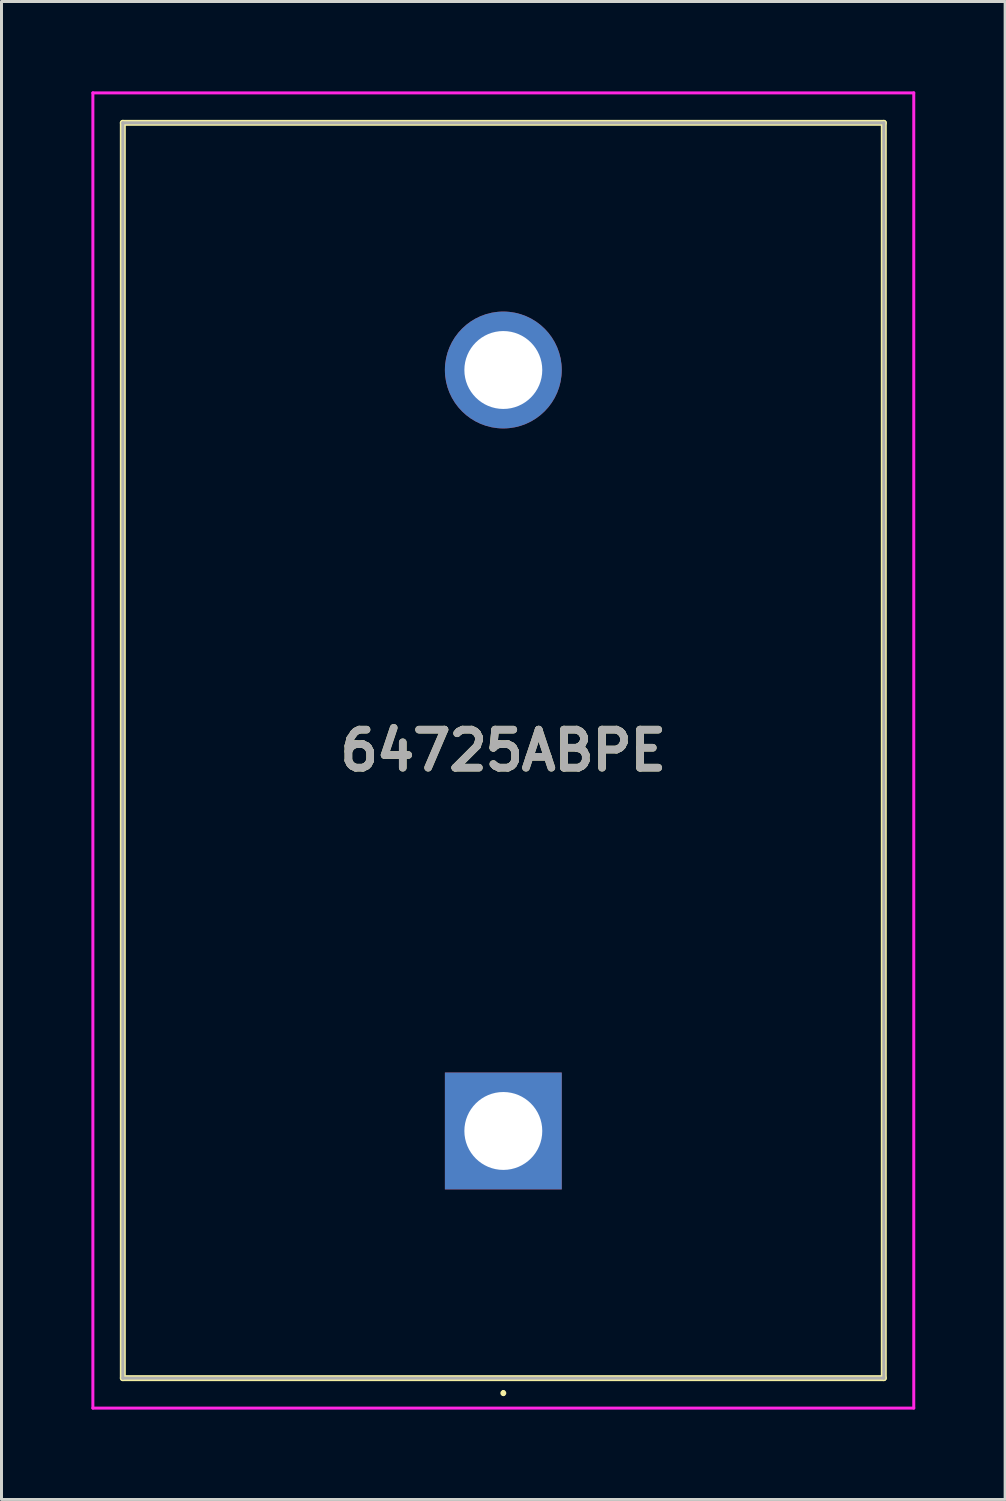
<source format=kicad_pcb>
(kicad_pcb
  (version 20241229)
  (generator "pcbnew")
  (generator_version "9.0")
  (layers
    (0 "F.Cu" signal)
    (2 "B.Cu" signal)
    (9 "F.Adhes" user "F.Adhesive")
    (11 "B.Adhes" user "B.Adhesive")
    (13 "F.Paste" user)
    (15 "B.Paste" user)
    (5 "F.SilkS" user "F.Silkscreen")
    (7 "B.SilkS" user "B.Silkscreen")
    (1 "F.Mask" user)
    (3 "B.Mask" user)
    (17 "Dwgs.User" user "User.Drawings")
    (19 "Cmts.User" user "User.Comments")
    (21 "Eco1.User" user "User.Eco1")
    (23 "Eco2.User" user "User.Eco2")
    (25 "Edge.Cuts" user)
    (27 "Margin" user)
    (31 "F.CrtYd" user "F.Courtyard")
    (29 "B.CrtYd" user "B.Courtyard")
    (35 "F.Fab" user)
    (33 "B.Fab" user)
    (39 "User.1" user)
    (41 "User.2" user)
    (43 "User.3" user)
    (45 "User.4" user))
  (footprint "64725ABPE"
    (layer "F.Cu")
    (at 13.75 34.7)
    (property "Reference" "64725ABPE" (at 0 -12.7 0) (layer "F.SilkS") (effects (font (size 1.27 1.27) (thickness 0.254))))
    (attr through_hole)
    (fp_line (start -12.7 -33.65) (end 12.7 -33.65) (stroke (width 0.2) (type solid)) (layer "F.SilkS"))
    (fp_line (start -12.7 8.25) (end -12.7 -33.65) (stroke (width 0.2) (type solid)) (layer "F.SilkS"))
    (fp_line (start 0 8.7) (end 0 8.7) (stroke (width 0.1) (type solid)) (layer "F.SilkS"))
    (fp_line (start 0 8.8) (end 0 8.8) (stroke (width 0.1) (type solid)) (layer "F.SilkS"))
    (fp_line (start 12.7 -33.65) (end 12.7 8.25) (stroke (width 0.2) (type solid)) (layer "F.SilkS"))
    (fp_line (start 12.7 8.25) (end -12.7 8.25) (stroke (width 0.2) (type solid)) (layer "F.SilkS"))
    (fp_arc (start 0 8.7) (mid 0.05 8.75) (end 0 8.8) (stroke (width 0.1) (type solid)) (layer "F.SilkS"))
    (fp_arc (start 0 8.8) (mid -0.05 8.75) (end 0 8.7) (stroke (width 0.1) (type solid)) (layer "F.SilkS"))
    (fp_line (start -13.7 -34.65) (end 13.7 -34.65) (stroke (width 0.1) (type solid)) (layer "F.CrtYd"))
    (fp_line (start -13.7 9.25) (end -13.7 -34.65) (stroke (width 0.1) (type solid)) (layer "F.CrtYd"))
    (fp_line (start 13.7 -34.65) (end 13.7 9.25) (stroke (width 0.1) (type solid)) (layer "F.CrtYd"))
    (fp_line (start 13.7 9.25) (end -13.7 9.25) (stroke (width 0.1) (type solid)) (layer "F.CrtYd"))
    (fp_line (start -12.7 -33.65) (end 12.7 -33.65) (stroke (width 0.1) (type solid)) (layer "F.Fab"))
    (fp_line (start -12.7 8.25) (end -12.7 -33.65) (stroke (width 0.1) (type solid)) (layer "F.Fab"))
    (fp_line (start 12.7 -33.65) (end 12.7 8.25) (stroke (width 0.1) (type solid)) (layer "F.Fab"))
    (fp_line (start 12.7 8.25) (end -12.7 8.25) (stroke (width 0.1) (type solid)) (layer "F.Fab"))
    (fp_text user "${REFERENCE}" (at 0 -12.7 0) (layer "F.Fab") (effects (font (size 1.27 1.27) (thickness 0.254))))
    (pad "1" thru_hole rect (at 0 0) (size 3.9 3.9) (drill 2.6) (layers "*.Cu" "*.Mask"))
    (pad "2" thru_hole circle (at 0 -25.4) (size 3.9 3.9) (drill 2.6) (layers "*.Cu" "*.Mask")))
  (gr_rect
    (start -3 -3)
    (end 30.5 47)
    (stroke (width 0.1) (type default))
    (fill no)
    (layer "Edge.Cuts")))
</source>
